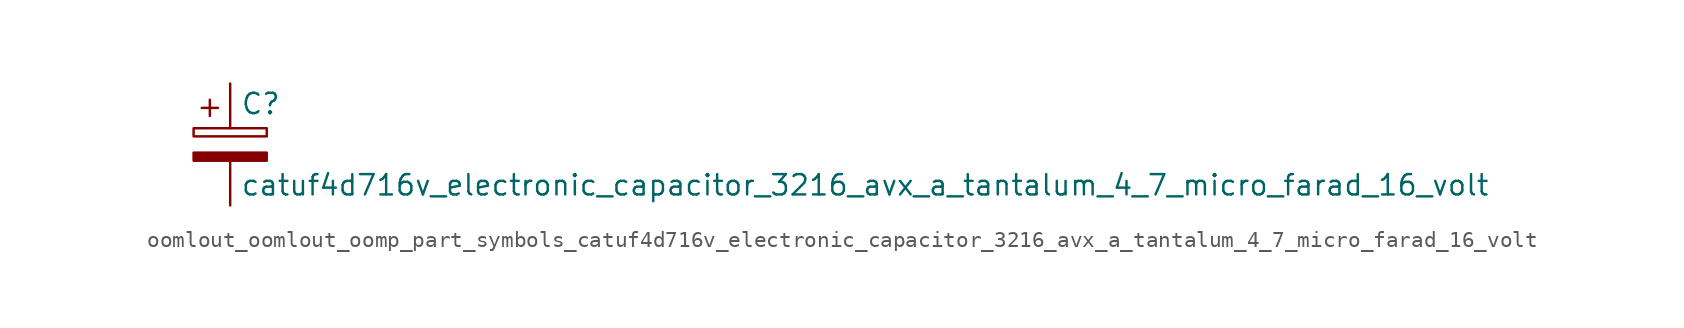
<source format=kicad_sym>
(kicad_symbol_lib
  (version 20220914)
  (generator kicad_symbol_editor)
  (symbol "oomlout_oomlout_oomp_part_symbols_catuf4d716v_electronic_capacitor_3216_avx_a_tantalum_4_7_micro_farad_16_volt"
    (pin_numbers hide)
    (pin_names
      (offset 0.254))
    (property "Reference" "C"
      (at 0.635 2.54 0)
      (effects (font (size 1.27 1.27)) (justify left)))
    (property "Value" "catuf4d716v_electronic_capacitor_3216_avx_a_tantalum_4_7_micro_farad_16_volt"
      (at 0.635 -2.54 0)
      (effects (font (size 1.27 1.27)) (justify left)))
    (symbol "oomlout_oomlout_oomp_part_symbols_catuf4d716v_electronic_capacitor_3216_avx_a_tantalum_4_7_micro_farad_16_volt_0_1"
      (rectangle (start -2.286 0.508) (end 2.286 1.016) (stroke (width 0) (type default)) (fill (type none)))
      (polyline (pts (xy -1.778 2.286) (xy -0.762 2.286)) (stroke (width 0) (type default)) (fill (type none)))
      (polyline (pts (xy -1.27 2.794) (xy -1.27 1.778)) (stroke (width 0) (type default)) (fill (type none)))
      (rectangle (start 2.286 -0.508) (end -2.286 -1.016) (stroke (width 0) (type default)) (fill (type outline))))
    (symbol "oomlout_oomlout_oomp_part_symbols_catuf4d716v_electronic_capacitor_3216_avx_a_tantalum_4_7_micro_farad_16_volt_1_1"
      (pin passive line (at 0 3.81 270) (length 2.794) (name "~" (effects (font (size 1.27 1.27)))) (number "1" (effects (font (size 1.27 1.27)))))
      (pin passive line (at 0 -3.81 90) (length 2.794) (name "~" (effects (font (size 1.27 1.27)))) (number "2" (effects (font (size 1.27 1.27))))))))
</source>
